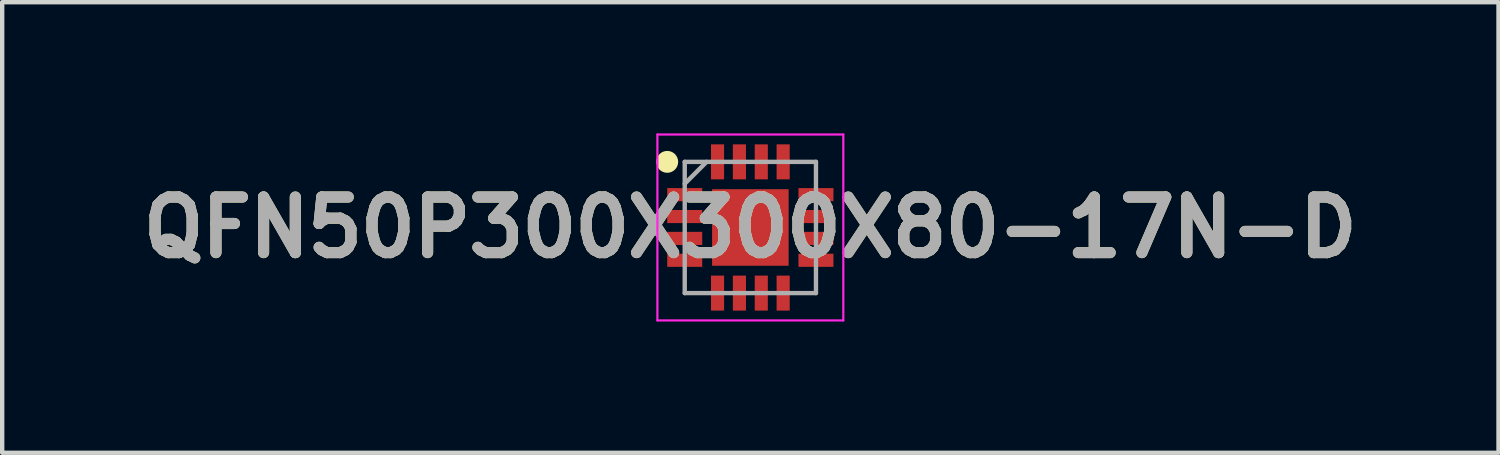
<source format=kicad_pcb>
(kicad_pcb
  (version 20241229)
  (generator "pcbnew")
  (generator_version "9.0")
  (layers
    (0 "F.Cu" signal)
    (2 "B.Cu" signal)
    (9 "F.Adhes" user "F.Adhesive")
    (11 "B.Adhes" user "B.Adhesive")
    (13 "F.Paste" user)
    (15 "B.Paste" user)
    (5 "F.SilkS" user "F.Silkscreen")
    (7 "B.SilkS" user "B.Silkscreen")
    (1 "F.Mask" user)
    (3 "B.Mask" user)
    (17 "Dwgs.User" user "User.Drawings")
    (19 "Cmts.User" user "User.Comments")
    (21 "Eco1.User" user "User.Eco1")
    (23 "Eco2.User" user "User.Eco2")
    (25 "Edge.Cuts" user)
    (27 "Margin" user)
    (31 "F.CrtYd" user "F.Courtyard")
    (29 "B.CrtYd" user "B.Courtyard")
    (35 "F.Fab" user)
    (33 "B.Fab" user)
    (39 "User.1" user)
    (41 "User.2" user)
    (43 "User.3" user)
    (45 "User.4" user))
  (footprint "QFN50P300X300X80-17N-D"
    (layer "F.Cu")
    (at 14.103 2.15)
    (property "Reference" "QFN50P300X300X80-17N-D" (at 0 0 0) (layer "F.SilkS") (effects (font (size 1.27 1.27) (thickness 0.254))))
    (attr smd)
    (fp_circle (center -1.9 -1.5) (end -1.9 -1.375) (stroke (width 0.25) (type solid)) (fill no) (layer "F.SilkS"))
    (fp_line (start -2.125 -2.125) (end 2.125 -2.125) (stroke (width 0.05) (type solid)) (layer "F.CrtYd"))
    (fp_line (start -2.125 2.125) (end -2.125 -2.125) (stroke (width 0.05) (type solid)) (layer "F.CrtYd"))
    (fp_line (start 2.125 -2.125) (end 2.125 2.125) (stroke (width 0.05) (type solid)) (layer "F.CrtYd"))
    (fp_line (start 2.125 2.125) (end -2.125 2.125) (stroke (width 0.05) (type solid)) (layer "F.CrtYd"))
    (fp_line (start -1.5 -1.5) (end 1.5 -1.5) (stroke (width 0.1) (type solid)) (layer "F.Fab"))
    (fp_line (start -1.5 -1) (end -1 -1.5) (stroke (width 0.1) (type solid)) (layer "F.Fab"))
    (fp_line (start -1.5 1.5) (end -1.5 -1.5) (stroke (width 0.1) (type solid)) (layer "F.Fab"))
    (fp_line (start 1.5 -1.5) (end 1.5 1.5) (stroke (width 0.1) (type solid)) (layer "F.Fab"))
    (fp_line (start 1.5 1.5) (end -1.5 1.5) (stroke (width 0.1) (type solid)) (layer "F.Fab"))
    (fp_text user "${REFERENCE}" (at 0 0 0) (layer "F.Fab") (effects (font (size 1.27 1.27) (thickness 0.254))))
    (pad "1" smd rect (at -1.5 -0.75 90) (size 0.3 0.8) (layers "F.Cu" "F.Mask" "F.Paste"))
    (pad "2" smd rect (at -1.5 -0.25 90) (size 0.3 0.8) (layers "F.Cu" "F.Mask" "F.Paste"))
    (pad "3" smd rect (at -1.5 0.25 90) (size 0.3 0.8) (layers "F.Cu" "F.Mask" "F.Paste"))
    (pad "4" smd rect (at -1.5 0.75 90) (size 0.3 0.8) (layers "F.Cu" "F.Mask" "F.Paste"))
    (pad "5" smd rect (at -0.75 1.5) (size 0.3 0.8) (layers "F.Cu" "F.Mask" "F.Paste"))
    (pad "6" smd rect (at -0.25 1.5) (size 0.3 0.8) (layers "F.Cu" "F.Mask" "F.Paste"))
    (pad "7" smd rect (at 0.25 1.5) (size 0.3 0.8) (layers "F.Cu" "F.Mask" "F.Paste"))
    (pad "8" smd rect (at 0.75 1.5) (size 0.3 0.8) (layers "F.Cu" "F.Mask" "F.Paste"))
    (pad "9" smd rect (at 1.5 0.75 90) (size 0.3 0.8) (layers "F.Cu" "F.Mask" "F.Paste"))
    (pad "10" smd rect (at 1.5 0.25 90) (size 0.3 0.8) (layers "F.Cu" "F.Mask" "F.Paste"))
    (pad "11" smd rect (at 1.5 -0.25 90) (size 0.3 0.8) (layers "F.Cu" "F.Mask" "F.Paste"))
    (pad "12" smd rect (at 1.5 -0.75 90) (size 0.3 0.8) (layers "F.Cu" "F.Mask" "F.Paste"))
    (pad "13" smd rect (at 0.75 -1.5) (size 0.3 0.8) (layers "F.Cu" "F.Mask" "F.Paste"))
    (pad "14" smd rect (at 0.25 -1.5) (size 0.3 0.8) (layers "F.Cu" "F.Mask" "F.Paste"))
    (pad "15" smd rect (at -0.25 -1.5) (size 0.3 0.8) (layers "F.Cu" "F.Mask" "F.Paste"))
    (pad "16" smd rect (at -0.75 -1.5) (size 0.3 0.8) (layers "F.Cu" "F.Mask" "F.Paste"))
    (pad "17" smd rect (at 0 0) (size 1.75 1.75) (layers "F.Cu" "F.Mask" "F.Paste")))
  (gr_rect
    (start -3 -3)
    (end 31.206 7.3)
    (stroke (width 0.1) (type default))
    (fill no)
    (layer "Edge.Cuts")))
</source>
